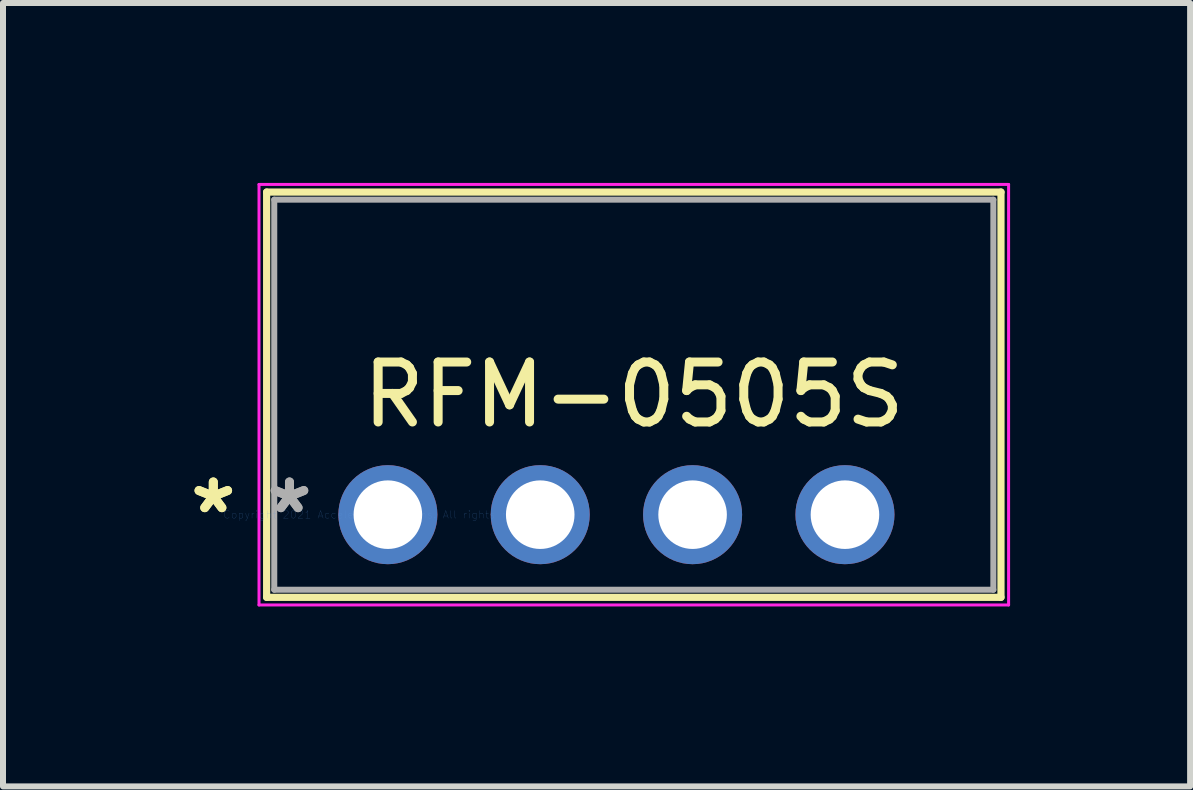
<source format=kicad_pcb>
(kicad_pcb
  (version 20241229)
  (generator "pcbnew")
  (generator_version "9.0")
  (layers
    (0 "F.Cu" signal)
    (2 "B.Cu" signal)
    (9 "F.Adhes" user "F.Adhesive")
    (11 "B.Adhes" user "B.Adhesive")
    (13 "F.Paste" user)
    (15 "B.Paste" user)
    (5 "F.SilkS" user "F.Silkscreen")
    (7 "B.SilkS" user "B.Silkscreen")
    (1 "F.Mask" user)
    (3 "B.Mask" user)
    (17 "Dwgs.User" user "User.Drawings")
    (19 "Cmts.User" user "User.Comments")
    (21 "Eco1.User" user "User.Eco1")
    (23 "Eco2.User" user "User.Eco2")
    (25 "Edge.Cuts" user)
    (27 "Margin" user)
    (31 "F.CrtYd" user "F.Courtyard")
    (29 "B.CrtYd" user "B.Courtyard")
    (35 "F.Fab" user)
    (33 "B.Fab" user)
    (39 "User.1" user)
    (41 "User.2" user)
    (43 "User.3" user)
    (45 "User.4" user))
  (footprint "RFM-0505S"
    (layer "F.Cu")
    (at 3.416 5.53)
    (property "Reference" "RFM-0505S" (at 4.1 -2 0) (layer "F.SilkS") (effects (font (size 1 1) (thickness 0.15))))
    (attr through_hole)
    (fp_line (start -2.021 -5.378) (end -2.021 1.378) (stroke (width 0.12) (type solid)) (layer "F.SilkS"))
    (fp_line (start -2.021 1.378) (end 10.221 1.378) (stroke (width 0.12) (type solid)) (layer "F.SilkS"))
    (fp_line (start 10.221 -5.378) (end -2.021 -5.378) (stroke (width 0.12) (type solid)) (layer "F.SilkS"))
    (fp_line (start 10.221 1.378) (end 10.221 -5.378) (stroke (width 0.12) (type solid)) (layer "F.SilkS"))
    (fp_line (start -2.148 -5.505) (end 10.348 -5.505) (stroke (width 0.05) (type solid)) (layer "F.CrtYd"))
    (fp_line (start -2.148 1.505) (end -2.148 -5.505) (stroke (width 0.05) (type solid)) (layer "F.CrtYd"))
    (fp_line (start 10.348 -5.505) (end 10.348 1.505) (stroke (width 0.05) (type solid)) (layer "F.CrtYd"))
    (fp_line (start 10.348 1.505) (end -2.148 1.505) (stroke (width 0.05) (type solid)) (layer "F.CrtYd"))
    (fp_line (start -1.894 -5.251) (end -1.894 1.251) (stroke (width 0.1) (type solid)) (layer "F.Fab"))
    (fp_line (start -1.894 1.251) (end 10.094 1.251) (stroke (width 0.1) (type solid)) (layer "F.Fab"))
    (fp_line (start 10.094 -5.251) (end -1.894 -5.251) (stroke (width 0.1) (type solid)) (layer "F.Fab"))
    (fp_line (start 10.094 1.251) (end 10.094 -5.251) (stroke (width 0.1) (type solid)) (layer "F.Fab"))
    (fp_text user "*" (at -2.91 0 0) (layer "F.SilkS") (effects (font (size 1 1) (thickness 0.15))))
    (fp_text user "*" (at -2.91 0 0) (layer "F.SilkS") (effects (font (size 1 1) (thickness 0.15))))
    (fp_text user "Copyright 2021 Accelerated Designs. All rights reserved." (at 0 0 0) (layer "Cmts.User") (effects (font (size 0.127 0.127) (thickness 0.002))))
    (fp_text user "*" (at -1.64 0 0) (layer "F.Fab") (effects (font (size 1 1) (thickness 0.15))))
    (fp_text user "*" (at -1.64 0 0) (layer "F.Fab") (effects (font (size 1 1) (thickness 0.15))))
    (pad "1" thru_hole circle (at 0 0.000001) (size 1.651 1.651) (drill 1.143) (layers "*.Cu" "*.Mask"))
    (pad "2" thru_hole circle (at 2.54 0.000001) (size 1.651 1.651) (drill 1.143) (layers "*.Cu" "*.Mask"))
    (pad "3" thru_hole circle (at 5.08 0.000001) (size 1.651 1.651) (drill 1.143) (layers "*.Cu" "*.Mask"))
    (pad "4" thru_hole circle (at 7.62 0.000001) (size 1.651 1.651) (drill 1.143) (layers "*.Cu" "*.Mask")))
  (gr_rect
    (start -3 -3)
    (end 16.79 10.06)
    (stroke (width 0.1) (type default))
    (fill no)
    (layer "Edge.Cuts")))
</source>
